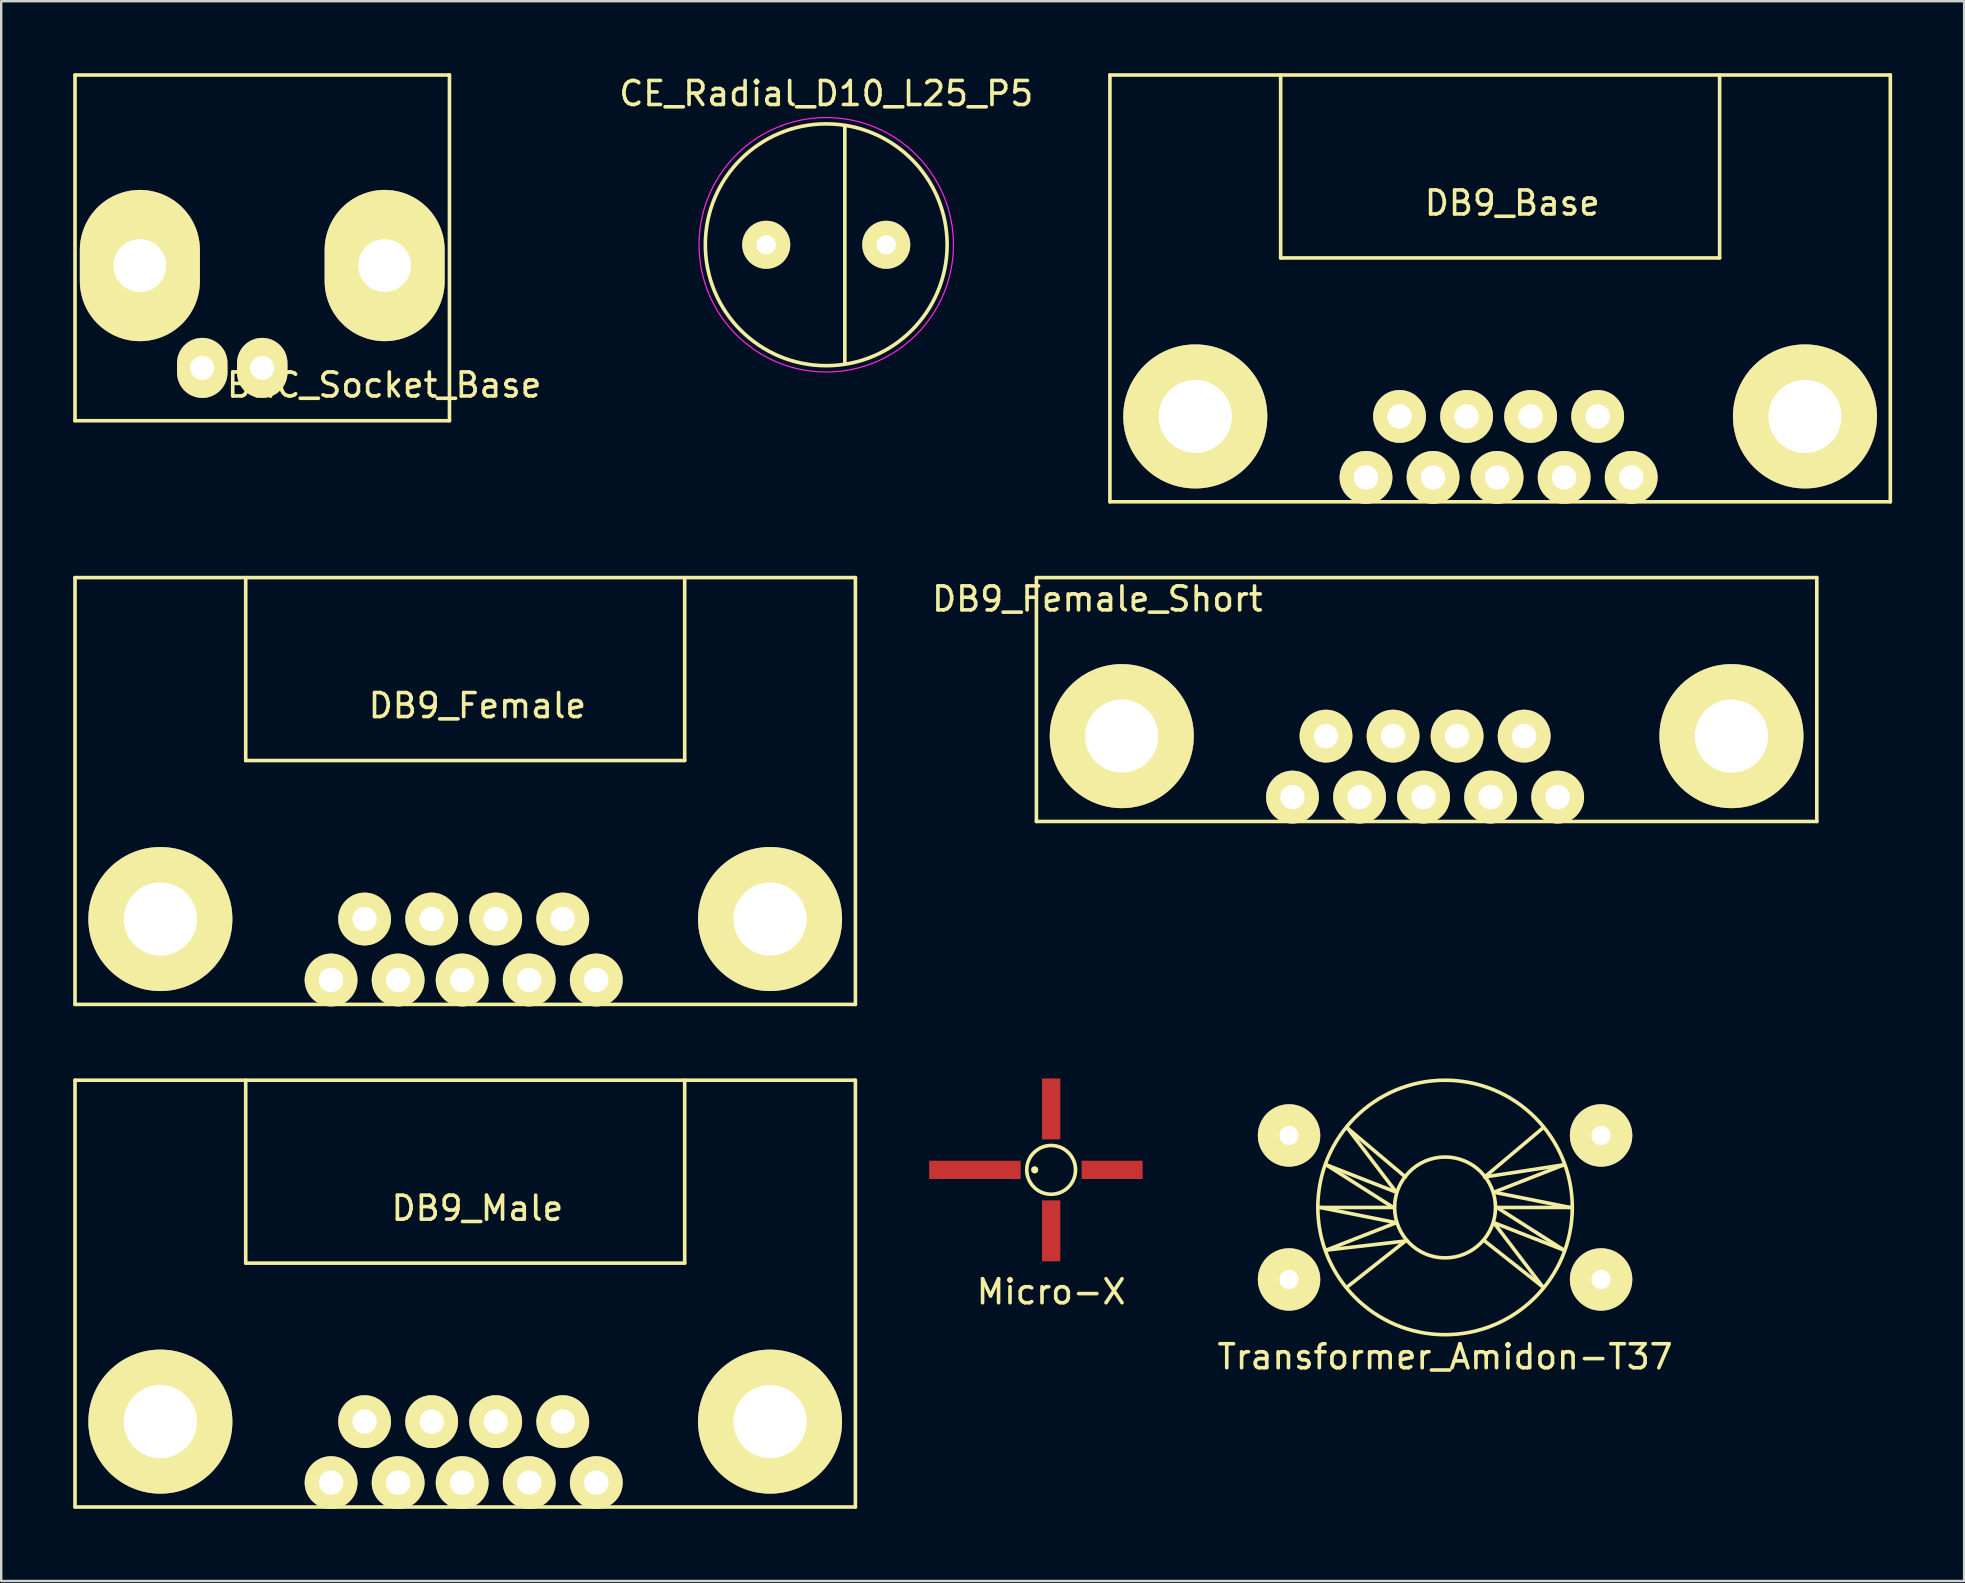
<source format=kicad_pcb>
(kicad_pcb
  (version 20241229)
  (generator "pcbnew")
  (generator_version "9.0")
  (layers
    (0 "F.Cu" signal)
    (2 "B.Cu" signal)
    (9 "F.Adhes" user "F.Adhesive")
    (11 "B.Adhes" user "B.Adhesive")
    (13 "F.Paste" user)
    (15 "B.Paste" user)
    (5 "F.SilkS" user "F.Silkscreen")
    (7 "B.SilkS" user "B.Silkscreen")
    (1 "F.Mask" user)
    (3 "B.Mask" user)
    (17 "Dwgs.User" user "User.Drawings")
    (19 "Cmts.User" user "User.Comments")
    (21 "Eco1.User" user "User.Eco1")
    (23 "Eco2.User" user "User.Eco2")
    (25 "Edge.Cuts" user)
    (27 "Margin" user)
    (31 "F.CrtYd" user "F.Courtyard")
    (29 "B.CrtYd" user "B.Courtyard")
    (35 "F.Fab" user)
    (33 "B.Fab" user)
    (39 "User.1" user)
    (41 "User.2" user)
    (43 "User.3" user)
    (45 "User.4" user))
  (footprint "Transformer_Amidon-T37"
    (layer "F.Cu")
    (at 57.153 47.254)
    (property "Reference" "Transformer_Amidon-T37" (at 0 6.223 0) (layer "F.SilkS") (effects (font (size 1 1) (thickness 0.15))))
    (attr through_hole)
    (fp_line (start -5.207 0) (end -2.032 0.635) (stroke (width 0.15) (type solid)) (layer "F.SilkS"))
    (fp_line (start -4.953 -1.778) (end -2.159 0) (stroke (width 0.15) (type solid)) (layer "F.SilkS"))
    (fp_line (start -4.953 1.778) (end -2.032 0.635) (stroke (width 0.15) (type solid)) (layer "F.SilkS"))
    (fp_line (start -4.953 1.778) (end -1.651 1.397) (stroke (width 0.15) (type solid)) (layer "F.SilkS"))
    (fp_line (start -4.064 -3.302) (end -2.032 -0.635) (stroke (width 0.15) (type solid)) (layer "F.SilkS"))
    (fp_line (start -4.064 3.302) (end -1.651 1.397) (stroke (width 0.15) (type solid)) (layer "F.SilkS"))
    (fp_line (start -2.159 0) (end -5.207 0) (stroke (width 0.15) (type solid)) (layer "F.SilkS"))
    (fp_line (start -2.032 -0.635) (end -4.953 -1.778) (stroke (width 0.15) (type solid)) (layer "F.SilkS"))
    (fp_line (start -1.651 -1.27) (end -4.064 -3.302) (stroke (width 0.15) (type solid)) (layer "F.SilkS"))
    (fp_line (start 1.651 -1.27) (end 4.064 -3.302) (stroke (width 0.15) (type solid)) (layer "F.SilkS"))
    (fp_line (start 1.651 -1.27) (end 4.953 -1.778) (stroke (width 0.15) (type solid)) (layer "F.SilkS"))
    (fp_line (start 2.032 -0.635) (end 4.953 -1.778) (stroke (width 0.15) (type solid)) (layer "F.SilkS"))
    (fp_line (start 2.032 -0.635) (end 5.207 0) (stroke (width 0.15) (type solid)) (layer "F.SilkS"))
    (fp_line (start 2.032 0.635) (end 4.064 3.302) (stroke (width 0.15) (type solid)) (layer "F.SilkS"))
    (fp_line (start 2.032 0.635) (end 4.953 1.778) (stroke (width 0.15) (type solid)) (layer "F.SilkS"))
    (fp_line (start 2.159 0) (end 4.953 1.778) (stroke (width 0.15) (type solid)) (layer "F.SilkS"))
    (fp_line (start 2.159 0) (end 5.207 0) (stroke (width 0.15) (type solid)) (layer "F.SilkS"))
    (fp_line (start 4.064 3.302) (end 1.651 1.397) (stroke (width 0.15) (type solid)) (layer "F.SilkS"))
    (fp_circle (center 0 0) (end 2.101 0) (stroke (width 0.15) (type solid)) (fill no) (layer "F.SilkS"))
    (fp_circle (center 0 0) (end 5.301 0) (stroke (width 0.15) (type solid)) (fill no) (layer "F.SilkS"))
    (pad "1" thru_hole circle (at -6.5 3) (size 2.6 2.6) (drill 0.8) (layers "*.Cu" "*.Mask" "F.SilkS"))
    (pad "2" thru_hole circle (at 6.5 3) (size 2.6 2.6) (drill 0.8) (layers "*.Cu" "*.Mask" "F.SilkS"))
    (pad "3" thru_hole circle (at -6.5 -3) (size 2.6 2.6) (drill 0.8) (layers "*.Cu" "*.Mask" "F.SilkS"))
    (pad "4" thru_hole circle (at 6.5 -3) (size 2.6 2.6) (drill 0.8) (layers "*.Cu" "*.Mask" "F.SilkS")))
  (footprint "DB9_Female_Short"
    (layer "F.Cu")
    (at 56.257 28.888)
    (property "Reference" "DB9_Female_Short" (at -13.589 -6.985 0) (layer "F.SilkS") (effects (font (size 1 1) (thickness 0.15))))
    (attr through_hole)
    (fp_line (start -16.129 -7.874) (end -16.129 2.286) (stroke (width 0.15) (type solid)) (layer "F.SilkS"))
    (fp_line (start -16.129 -7.874) (end 16.383 -7.874) (stroke (width 0.15) (type solid)) (layer "F.SilkS"))
    (fp_line (start -16.129 2.286) (end 16.383 2.286) (stroke (width 0.15) (type solid)) (layer "F.SilkS"))
    (fp_line (start 16.383 2.286) (end 16.383 -7.874) (stroke (width 0.15) (type solid)) (layer "F.SilkS"))
    (pad "" thru_hole circle (at -12.573 -1.27) (size 6 6) (drill 3.048) (layers "*.Cu" "*.Mask" "F.SilkS"))
    (pad "" thru_hole circle (at 12.827 -1.27) (size 6 6) (drill 3.048) (layers "*.Cu" "*.Mask" "F.SilkS"))
    (pad "1" thru_hole circle (at -5.461 1.27) (size 2.2 2.2) (drill 1.016) (layers "*.Cu" "*.Mask" "F.SilkS"))
    (pad "2" thru_hole circle (at -2.667 1.27) (size 2.2 2.2) (drill 1.016) (layers "*.Cu" "*.Mask" "F.SilkS"))
    (pad "3" thru_hole circle (at 0 1.27) (size 2.2 2.2) (drill 1.016) (layers "*.Cu" "*.Mask" "F.SilkS"))
    (pad "4" thru_hole circle (at 2.794 1.27) (size 2.2 2.2) (drill 1.016) (layers "*.Cu" "*.Mask" "F.SilkS"))
    (pad "5" thru_hole circle (at 5.588 1.27) (size 2.2 2.2) (drill 1.016) (layers "*.Cu" "*.Mask" "F.SilkS"))
    (pad "6" thru_hole circle (at -4.064 -1.27) (size 2.2 2.2) (drill 1.016) (layers "*.Cu" "*.Mask" "F.SilkS"))
    (pad "7" thru_hole circle (at -1.27 -1.27) (size 2.2 2.2) (drill 1.016) (layers "*.Cu" "*.Mask" "F.SilkS"))
    (pad "8" thru_hole circle (at 1.397 -1.27) (size 2.2 2.2) (drill 1.016) (layers "*.Cu" "*.Mask" "F.SilkS"))
    (pad "9" thru_hole circle (at 4.191 -1.27) (size 2.2 2.2) (drill 1.016) (layers "*.Cu" "*.Mask" "F.SilkS")))
  (footprint "BNC_Socket_Base"
    (layer "F.Cu")
    (at 7.875 7.276)
    (property "Reference" "BNC_Socket_Base" (at 5.08 5.715 0) (layer "F.SilkS") (effects (font (size 1 1) (thickness 0.15))))
    (attr through_hole)
    (fp_line (start -7.8 -7.201) (end -7.8 7.201) (stroke (width 0.15) (type solid)) (layer "F.SilkS"))
    (fp_line (start -7.8 7.201) (end 7.8 7.201) (stroke (width 0.15) (type solid)) (layer "F.SilkS"))
    (fp_line (start 7.8 -7.201) (end -7.8 -7.201) (stroke (width 0.15) (type solid)) (layer "F.SilkS"))
    (fp_line (start 7.8 7.201) (end 7.8 -7.201) (stroke (width 0.15) (type solid)) (layer "F.SilkS"))
    (pad "1" thru_hole oval (at 0 5.001) (size 2.1 2.5) (drill 1) (layers "*.Cu" "*.Mask" "F.SilkS"))
    (pad "2" thru_hole oval (at -5.098 0.737) (size 5 6.3) (drill 2.2) (layers "*.Cu" "*.Mask" "F.SilkS"))
    (pad "2" thru_hole oval (at -2.499 5.001) (size 2.1 2.5) (drill 1) (layers "*.Cu" "*.Mask" "F.SilkS"))
    (pad "2" thru_hole oval (at 5.1 0.737) (size 5 6.3) (drill 2.2) (layers "*.Cu" "*.Mask" "F.SilkS")))
  (footprint "CE_Radial_D10_L25_P5"
    (layer "F.Cu")
    (at 28.872 7.148)
    (property "Reference" "CE_Radial_D10_L25_P5" (at 2.5 -6.3 0) (layer "F.SilkS") (effects (font (size 1 1) (thickness 0.15))))
    (attr through_hole)
    (fp_line (start 3.275 -4.94) (end 3.275 4.94) (stroke (width 0.15) (type solid)) (layer "F.SilkS"))
    (fp_circle (center 2.5 0) (end 2.5 -5.037) (stroke (width 0.15) (type solid)) (fill no) (layer "F.SilkS"))
    (fp_circle (center 2.5 0) (end 2.5 -5.3) (stroke (width 0.05) (type solid)) (fill no) (layer "F.CrtYd"))
    (pad "1" thru_hole circle (at 0 0) (size 2 2) (drill 0.8) (layers "*.Cu" "*.Mask" "F.SilkS"))
    (pad "2" thru_hole circle (at 5 0) (size 2 2) (drill 0.8) (layers "*.Cu" "*.Mask" "F.SilkS")))
  (footprint "DB9_Male"
    (layer "F.Cu")
    (at 16.204 57.447)
    (property "Reference" "DB9_Male" (at 0.635 -10.16 0) (layer "F.SilkS") (effects (font (size 1 1) (thickness 0.15))))
    (attr through_hole)
    (fp_line (start -16.129 -15.494) (end -16.129 2.286) (stroke (width 0.15) (type solid)) (layer "F.SilkS"))
    (fp_line (start -16.129 2.286) (end 16.383 2.286) (stroke (width 0.15) (type solid)) (layer "F.SilkS"))
    (fp_line (start -9.017 -15.494) (end -9.017 -7.874) (stroke (width 0.15) (type solid)) (layer "F.SilkS"))
    (fp_line (start -9.017 -7.874) (end 9.271 -7.874) (stroke (width 0.15) (type solid)) (layer "F.SilkS"))
    (fp_line (start 9.271 -7.874) (end 9.271 -15.494) (stroke (width 0.15) (type solid)) (layer "F.SilkS"))
    (fp_line (start 16.383 -15.494) (end -16.129 -15.494) (stroke (width 0.15) (type solid)) (layer "F.SilkS"))
    (fp_line (start 16.383 2.286) (end 16.383 -15.494) (stroke (width 0.15) (type solid)) (layer "F.SilkS"))
    (pad "" thru_hole circle (at -12.573 -1.27) (size 6 6) (drill 3.048) (layers "*.Cu" "*.Mask" "F.SilkS"))
    (pad "" thru_hole circle (at 12.827 -1.27) (size 6 6) (drill 3.048) (layers "*.Cu" "*.Mask" "F.SilkS"))
    (pad "1" thru_hole circle (at 5.588 1.27) (size 2.2 2.2) (drill 1.016) (layers "*.Cu" "*.Mask" "F.SilkS"))
    (pad "2" thru_hole circle (at 2.794 1.27) (size 2.2 2.2) (drill 1.016) (layers "*.Cu" "*.Mask" "F.SilkS"))
    (pad "3" thru_hole circle (at 0 1.27) (size 2.2 2.2) (drill 1.016) (layers "*.Cu" "*.Mask" "F.SilkS"))
    (pad "4" thru_hole circle (at -2.667 1.27) (size 2.2 2.2) (drill 1.016) (layers "*.Cu" "*.Mask" "F.SilkS"))
    (pad "5" thru_hole circle (at -5.461 1.27) (size 2.2 2.2) (drill 1.016) (layers "*.Cu" "*.Mask" "F.SilkS"))
    (pad "6" thru_hole circle (at 4.191 -1.27) (size 2.2 2.2) (drill 1.016) (layers "*.Cu" "*.Mask" "F.SilkS"))
    (pad "7" thru_hole circle (at 1.397 -1.27) (size 2.2 2.2) (drill 1.016) (layers "*.Cu" "*.Mask" "F.SilkS"))
    (pad "8" thru_hole circle (at -1.27 -1.27) (size 2.2 2.2) (drill 1.016) (layers "*.Cu" "*.Mask" "F.SilkS"))
    (pad "9" thru_hole circle (at -4.064 -1.27) (size 2.2 2.2) (drill 1.016) (layers "*.Cu" "*.Mask" "F.SilkS")))
  (footprint "DB9_Female"
    (layer "F.Cu")
    (at 16.204 36.508)
    (property "Reference" "DB9_Female" (at 0.635 -10.16 0) (layer "F.SilkS") (effects (font (size 1 1) (thickness 0.15))))
    (attr through_hole)
    (fp_line (start -16.129 -15.494) (end -16.129 2.286) (stroke (width 0.15) (type solid)) (layer "F.SilkS"))
    (fp_line (start -16.129 2.286) (end 16.383 2.286) (stroke (width 0.15) (type solid)) (layer "F.SilkS"))
    (fp_line (start -9.017 -15.494) (end -9.017 -7.874) (stroke (width 0.15) (type solid)) (layer "F.SilkS"))
    (fp_line (start -9.017 -7.874) (end 9.271 -7.874) (stroke (width 0.15) (type solid)) (layer "F.SilkS"))
    (fp_line (start 9.271 -7.874) (end 9.271 -15.494) (stroke (width 0.15) (type solid)) (layer "F.SilkS"))
    (fp_line (start 16.383 -15.494) (end -16.129 -15.494) (stroke (width 0.15) (type solid)) (layer "F.SilkS"))
    (fp_line (start 16.383 2.286) (end 16.383 -15.494) (stroke (width 0.15) (type solid)) (layer "F.SilkS"))
    (pad "" thru_hole circle (at -12.573 -1.27) (size 6 6) (drill 3.048) (layers "*.Cu" "*.Mask" "F.SilkS"))
    (pad "" thru_hole circle (at 12.827 -1.27) (size 6 6) (drill 3.048) (layers "*.Cu" "*.Mask" "F.SilkS"))
    (pad "1" thru_hole circle (at -5.461 1.27) (size 2.2 2.2) (drill 1.016) (layers "*.Cu" "*.Mask" "F.SilkS"))
    (pad "2" thru_hole circle (at -2.667 1.27) (size 2.2 2.2) (drill 1.016) (layers "*.Cu" "*.Mask" "F.SilkS"))
    (pad "3" thru_hole circle (at 0 1.27) (size 2.2 2.2) (drill 1.016) (layers "*.Cu" "*.Mask" "F.SilkS"))
    (pad "4" thru_hole circle (at 2.794 1.27) (size 2.2 2.2) (drill 1.016) (layers "*.Cu" "*.Mask" "F.SilkS"))
    (pad "5" thru_hole circle (at 5.588 1.27) (size 2.2 2.2) (drill 1.016) (layers "*.Cu" "*.Mask" "F.SilkS"))
    (pad "6" thru_hole circle (at -4.064 -1.27) (size 2.2 2.2) (drill 1.016) (layers "*.Cu" "*.Mask" "F.SilkS"))
    (pad "7" thru_hole circle (at -1.27 -1.27) (size 2.2 2.2) (drill 1.016) (layers "*.Cu" "*.Mask" "F.SilkS"))
    (pad "8" thru_hole circle (at 1.397 -1.27) (size 2.2 2.2) (drill 1.016) (layers "*.Cu" "*.Mask" "F.SilkS"))
    (pad "9" thru_hole circle (at 4.191 -1.27) (size 2.2 2.2) (drill 1.016) (layers "*.Cu" "*.Mask" "F.SilkS")))
  (footprint "Micro-X"
    (layer "F.Cu")
    (at 40.742 45.688)
    (property "Reference" "Micro-X" (at 0 5.08 0) (layer "F.SilkS") (effects (font (size 1 1) (thickness 0.15))))
    (attr through_hole)
    (fp_circle (center -0.686 0) (end -0.686 -0.076) (stroke (width 0.15) (type solid)) (fill no) (layer "F.SilkS"))
    (fp_circle (center 0 0) (end 1.016 0) (stroke (width 0.15) (type solid)) (fill no) (layer "F.SilkS"))
    (pad "1" smd rect (at -3.175 0) (size 3.81 0.762) (layers "F.Cu" "F.Mask" "F.Paste"))
    (pad "2" smd rect (at 0 2.54) (size 0.762 2.54) (layers "F.Cu" "F.Mask" "F.Paste"))
    (pad "3" smd rect (at 2.54 0) (size 2.54 0.762) (layers "F.Cu" "F.Mask" "F.Paste"))
    (pad "4" smd rect (at 0 -2.54) (size 0.762 2.54) (layers "F.Cu" "F.Mask" "F.Paste")))
  (footprint "DB9_Base"
    (layer "F.Cu")
    (at 59.32 15.569)
    (property "Reference" "DB9_Base" (at 0.635 -10.16 0) (layer "F.SilkS") (effects (font (size 1 1) (thickness 0.15))))
    (attr through_hole)
    (fp_line (start -16.129 -15.494) (end -16.129 2.286) (stroke (width 0.15) (type solid)) (layer "F.SilkS"))
    (fp_line (start -16.129 2.286) (end 16.383 2.286) (stroke (width 0.15) (type solid)) (layer "F.SilkS"))
    (fp_line (start -9.017 -15.494) (end -9.017 -7.874) (stroke (width 0.15) (type solid)) (layer "F.SilkS"))
    (fp_line (start -9.017 -7.874) (end 9.271 -7.874) (stroke (width 0.15) (type solid)) (layer "F.SilkS"))
    (fp_line (start 9.271 -7.874) (end 9.271 -15.494) (stroke (width 0.15) (type solid)) (layer "F.SilkS"))
    (fp_line (start 16.383 -15.494) (end -16.129 -15.494) (stroke (width 0.15) (type solid)) (layer "F.SilkS"))
    (fp_line (start 16.383 2.286) (end 16.383 -15.494) (stroke (width 0.15) (type solid)) (layer "F.SilkS"))
    (pad "" thru_hole circle (at -12.573 -1.27) (size 6 6) (drill 3.048) (layers "*.Cu" "*.Mask" "F.SilkS"))
    (pad "" thru_hole circle (at 12.827 -1.27) (size 6 6) (drill 3.048) (layers "*.Cu" "*.Mask" "F.SilkS"))
    (pad "1" thru_hole circle (at 5.588 1.27) (size 2.2 2.2) (drill 1.016) (layers "*.Cu" "*.Mask" "F.SilkS"))
    (pad "2" thru_hole circle (at 2.794 1.27) (size 2.2 2.2) (drill 1.016) (layers "*.Cu" "*.Mask" "F.SilkS"))
    (pad "3" thru_hole circle (at 0 1.27) (size 2.2 2.2) (drill 1.016) (layers "*.Cu" "*.Mask" "F.SilkS"))
    (pad "4" thru_hole circle (at -2.667 1.27) (size 2.2 2.2) (drill 1.016) (layers "*.Cu" "*.Mask" "F.SilkS"))
    (pad "5" thru_hole circle (at -5.461 1.27) (size 2.2 2.2) (drill 1.016) (layers "*.Cu" "*.Mask" "F.SilkS"))
    (pad "6" thru_hole circle (at 4.191 -1.27) (size 2.2 2.2) (drill 1.016) (layers "*.Cu" "*.Mask" "F.SilkS"))
    (pad "7" thru_hole circle (at 1.397 -1.27) (size 2.2 2.2) (drill 1.016) (layers "*.Cu" "*.Mask" "F.SilkS"))
    (pad "8" thru_hole circle (at -1.27 -1.27) (size 2.2 2.2) (drill 1.016) (layers "*.Cu" "*.Mask" "F.SilkS"))
    (pad "9" thru_hole circle (at -4.064 -1.27) (size 2.2 2.2) (drill 1.016) (layers "*.Cu" "*.Mask" "F.SilkS")))
  (gr_rect
    (start -3 -3)
    (end 78.778 62.817)
    (stroke (width 0.1) (type default))
    (fill no)
    (layer "Edge.Cuts")))
</source>
